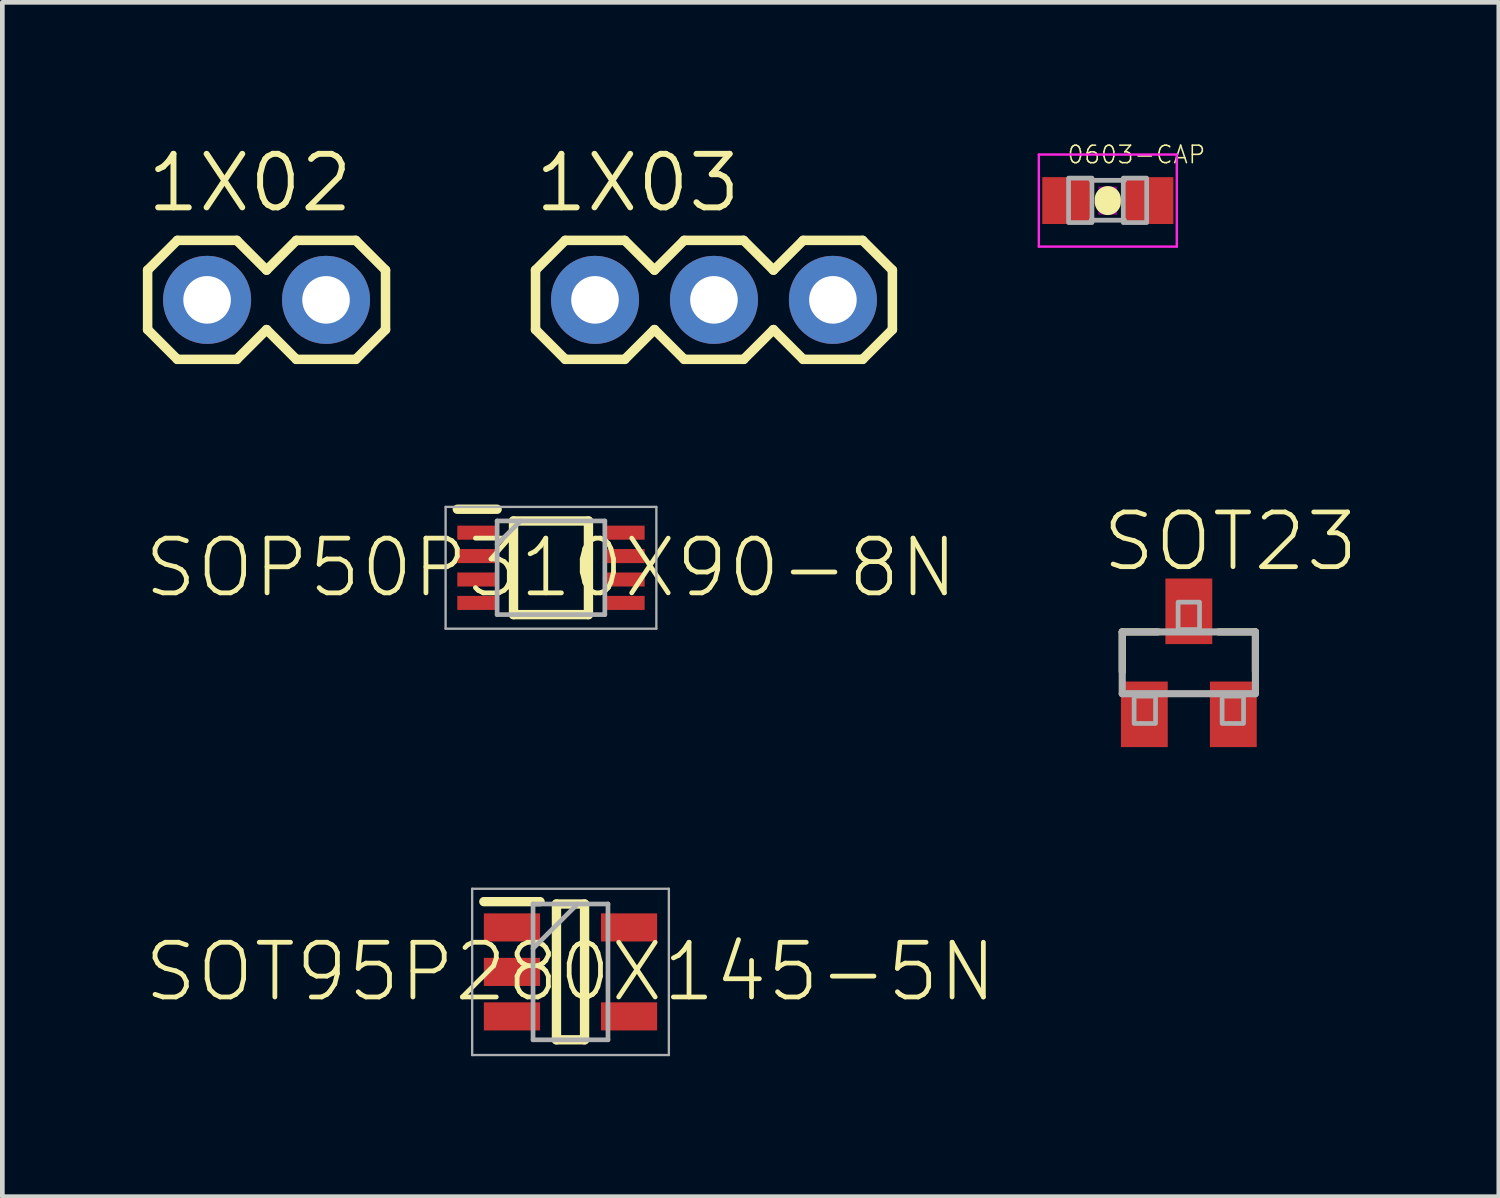
<source format=kicad_pcb>
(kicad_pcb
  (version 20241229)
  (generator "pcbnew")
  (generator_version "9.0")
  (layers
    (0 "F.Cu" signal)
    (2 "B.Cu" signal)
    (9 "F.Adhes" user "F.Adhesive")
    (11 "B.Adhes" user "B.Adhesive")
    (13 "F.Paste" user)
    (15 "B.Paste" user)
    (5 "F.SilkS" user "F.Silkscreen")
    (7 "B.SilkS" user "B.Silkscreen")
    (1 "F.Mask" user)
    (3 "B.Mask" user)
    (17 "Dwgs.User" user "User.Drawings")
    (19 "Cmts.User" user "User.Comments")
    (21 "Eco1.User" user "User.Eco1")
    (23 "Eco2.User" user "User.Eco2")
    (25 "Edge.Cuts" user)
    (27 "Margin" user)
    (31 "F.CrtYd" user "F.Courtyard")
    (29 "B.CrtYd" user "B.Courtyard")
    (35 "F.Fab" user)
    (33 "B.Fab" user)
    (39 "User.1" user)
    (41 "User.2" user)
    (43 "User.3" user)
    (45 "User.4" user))
  (footprint "1X02"
    (layer "F.Cu")
    (at 1.372 3.353)
    (property "Reference" "1X02" (at -1.346 -1.829 0) (layer "F.SilkS") (effects (font (size 1.143 1.143) (thickness 0.127)) (justify left bottom)))
    (fp_line (start -1.27 -0.635) (end -1.27 0.635) (stroke (width 0.203) (type solid)) (layer "F.SilkS"))
    (fp_line (start -1.27 0.635) (end -0.635 1.27) (stroke (width 0.203) (type solid)) (layer "F.SilkS"))
    (fp_line (start -0.635 -1.27) (end -1.27 -0.635) (stroke (width 0.203) (type solid)) (layer "F.SilkS"))
    (fp_line (start -0.635 -1.27) (end 0.635 -1.27) (stroke (width 0.203) (type solid)) (layer "F.SilkS"))
    (fp_line (start 0.635 -1.27) (end 1.27 -0.635) (stroke (width 0.203) (type solid)) (layer "F.SilkS"))
    (fp_line (start 0.635 1.27) (end -0.635 1.27) (stroke (width 0.203) (type solid)) (layer "F.SilkS"))
    (fp_line (start 1.27 -0.635) (end 1.905 -1.27) (stroke (width 0.203) (type solid)) (layer "F.SilkS"))
    (fp_line (start 1.27 0.635) (end 0.635 1.27) (stroke (width 0.203) (type solid)) (layer "F.SilkS"))
    (fp_line (start 1.905 -1.27) (end 3.175 -1.27) (stroke (width 0.203) (type solid)) (layer "F.SilkS"))
    (fp_line (start 1.905 1.27) (end 1.27 0.635) (stroke (width 0.203) (type solid)) (layer "F.SilkS"))
    (fp_line (start 3.175 -1.27) (end 3.81 -0.635) (stroke (width 0.203) (type solid)) (layer "F.SilkS"))
    (fp_line (start 3.175 1.27) (end 1.905 1.27) (stroke (width 0.203) (type solid)) (layer "F.SilkS"))
    (fp_line (start 3.81 -0.635) (end 3.81 0.635) (stroke (width 0.203) (type solid)) (layer "F.SilkS"))
    (fp_line (start 3.81 0.635) (end 3.175 1.27) (stroke (width 0.203) (type solid)) (layer "F.SilkS"))
    (fp_poly (pts (xy -0.254 0.254) (xy 0.254 0.254) (xy 0.254 -0.254) (xy -0.254 -0.254)) (stroke (width 0.1) (type solid)) (fill no) (layer "F.Fab"))
    (fp_poly (pts (xy 2.286 0.254) (xy 2.794 0.254) (xy 2.794 -0.254) (xy 2.286 -0.254)) (stroke (width 0.1) (type solid)) (fill no) (layer "F.Fab"))
    (pad "1" thru_hole circle (at 0 0 90) (size 1.88 1.88) (drill 1.016) (layers "*.Cu" "*.Mask"))
    (pad "2" thru_hole circle (at 2.54 0 90) (size 1.88 1.88) (drill 1.016) (layers "*.Cu" "*.Mask")))
  (footprint "1X03"
    (layer "F.Cu")
    (at 9.655 3.353)
    (property "Reference" "1X03" (at -1.346 -1.829 0) (layer "F.SilkS") (effects (font (size 1.143 1.143) (thickness 0.127)) (justify left bottom)))
    (fp_line (start -1.27 -0.635) (end -1.27 0.635) (stroke (width 0.203) (type solid)) (layer "F.SilkS"))
    (fp_line (start -1.27 0.635) (end -0.635 1.27) (stroke (width 0.203) (type solid)) (layer "F.SilkS"))
    (fp_line (start -0.635 -1.27) (end -1.27 -0.635) (stroke (width 0.203) (type solid)) (layer "F.SilkS"))
    (fp_line (start -0.635 -1.27) (end 0.635 -1.27) (stroke (width 0.203) (type solid)) (layer "F.SilkS"))
    (fp_line (start 0.635 -1.27) (end 1.27 -0.635) (stroke (width 0.203) (type solid)) (layer "F.SilkS"))
    (fp_line (start 0.635 1.27) (end -0.635 1.27) (stroke (width 0.203) (type solid)) (layer "F.SilkS"))
    (fp_line (start 1.27 -0.635) (end 1.905 -1.27) (stroke (width 0.203) (type solid)) (layer "F.SilkS"))
    (fp_line (start 1.27 0.635) (end 0.635 1.27) (stroke (width 0.203) (type solid)) (layer "F.SilkS"))
    (fp_line (start 1.905 -1.27) (end 3.175 -1.27) (stroke (width 0.203) (type solid)) (layer "F.SilkS"))
    (fp_line (start 1.905 1.27) (end 1.27 0.635) (stroke (width 0.203) (type solid)) (layer "F.SilkS"))
    (fp_line (start 3.175 -1.27) (end 3.81 -0.635) (stroke (width 0.203) (type solid)) (layer "F.SilkS"))
    (fp_line (start 3.175 1.27) (end 1.905 1.27) (stroke (width 0.203) (type solid)) (layer "F.SilkS"))
    (fp_line (start 3.81 -0.635) (end 4.445 -1.27) (stroke (width 0.203) (type solid)) (layer "F.SilkS"))
    (fp_line (start 3.81 0.635) (end 3.175 1.27) (stroke (width 0.203) (type solid)) (layer "F.SilkS"))
    (fp_line (start 4.445 -1.27) (end 5.715 -1.27) (stroke (width 0.203) (type solid)) (layer "F.SilkS"))
    (fp_line (start 4.445 1.27) (end 3.81 0.635) (stroke (width 0.203) (type solid)) (layer "F.SilkS"))
    (fp_line (start 5.715 -1.27) (end 6.35 -0.635) (stroke (width 0.203) (type solid)) (layer "F.SilkS"))
    (fp_line (start 5.715 1.27) (end 4.445 1.27) (stroke (width 0.203) (type solid)) (layer "F.SilkS"))
    (fp_line (start 6.35 -0.635) (end 6.35 0.635) (stroke (width 0.203) (type solid)) (layer "F.SilkS"))
    (fp_line (start 6.35 0.635) (end 5.715 1.27) (stroke (width 0.203) (type solid)) (layer "F.SilkS"))
    (fp_poly (pts (xy -0.254 0.254) (xy 0.254 0.254) (xy 0.254 -0.254) (xy -0.254 -0.254)) (stroke (width 0.1) (type solid)) (fill no) (layer "F.Fab"))
    (fp_poly (pts (xy 2.286 0.254) (xy 2.794 0.254) (xy 2.794 -0.254) (xy 2.286 -0.254)) (stroke (width 0.1) (type solid)) (fill no) (layer "F.Fab"))
    (fp_poly (pts (xy 4.826 0.254) (xy 5.334 0.254) (xy 5.334 -0.254) (xy 4.826 -0.254)) (stroke (width 0.1) (type solid)) (fill no) (layer "F.Fab"))
    (pad "1" thru_hole circle (at 0 0 90) (size 1.88 1.88) (drill 1.016) (layers "*.Cu" "*.Mask"))
    (pad "2" thru_hole circle (at 2.54 0 90) (size 1.88 1.88) (drill 1.016) (layers "*.Cu" "*.Mask"))
    (pad "3" thru_hole circle (at 5.08 0 90) (size 1.88 1.88) (drill 1.016) (layers "*.Cu" "*.Mask")))
  (footprint "SOP50P310X90-8N"
    (layer "F.Cu")
    (at 8.715 9.074)
    (property "Reference" "SOP50P310X90-8N" (at 0 0 0) (layer "F.SilkS") (effects (font (size 1.168 1.168) (thickness 0.102))))
    (fp_line (start -2 -1.25) (end -1.15 -1.25) (stroke (width 0.2) (type solid)) (layer "F.SilkS"))
    (fp_line (start -0.8 -1) (end 0.8 -1) (stroke (width 0.2) (type solid)) (layer "F.SilkS"))
    (fp_line (start -0.8 1) (end -0.8 -1) (stroke (width 0.2) (type solid)) (layer "F.SilkS"))
    (fp_line (start 0.8 -1) (end 0.8 1) (stroke (width 0.2) (type solid)) (layer "F.SilkS"))
    (fp_line (start 0.8 1) (end -0.8 1) (stroke (width 0.2) (type solid)) (layer "F.SilkS"))
    (fp_line (start -2.25 -1.3) (end 2.25 -1.3) (stroke (width 0.05) (type solid)) (layer "F.Fab"))
    (fp_line (start -2.25 1.3) (end -2.25 -1.3) (stroke (width 0.05) (type solid)) (layer "F.Fab"))
    (fp_line (start -1.15 -1) (end 1.15 -1) (stroke (width 0.1) (type solid)) (layer "F.Fab"))
    (fp_line (start -1.15 -0.5) (end -0.65 -1) (stroke (width 0.1) (type solid)) (layer "F.Fab"))
    (fp_line (start -1.15 1) (end -1.15 -1) (stroke (width 0.1) (type solid)) (layer "F.Fab"))
    (fp_line (start 1.15 -1) (end 1.15 1) (stroke (width 0.1) (type solid)) (layer "F.Fab"))
    (fp_line (start 1.15 1) (end -1.15 1) (stroke (width 0.1) (type solid)) (layer "F.Fab"))
    (fp_line (start 2.25 -1.3) (end 2.25 1.3) (stroke (width 0.05) (type solid)) (layer "F.Fab"))
    (fp_line (start 2.25 1.3) (end -2.25 1.3) (stroke (width 0.05) (type solid)) (layer "F.Fab"))
    (pad "1" smd rect (at -1.575 -0.75) (size 0.85 0.3) (layers "F.Cu" "F.Mask" "F.Paste"))
    (pad "2" smd rect (at -1.575 -0.25) (size 0.85 0.3) (layers "F.Cu" "F.Mask" "F.Paste"))
    (pad "3" smd rect (at -1.575 0.25) (size 0.85 0.3) (layers "F.Cu" "F.Mask" "F.Paste"))
    (pad "4" smd rect (at -1.575 0.75) (size 0.85 0.3) (layers "F.Cu" "F.Mask" "F.Paste"))
    (pad "5" smd rect (at 1.575 0.75) (size 0.85 0.3) (layers "F.Cu" "F.Mask" "F.Paste"))
    (pad "6" smd rect (at 1.575 0.25) (size 0.85 0.3) (layers "F.Cu" "F.Mask" "F.Paste"))
    (pad "7" smd rect (at 1.575 -0.25) (size 0.85 0.3) (layers "F.Cu" "F.Mask" "F.Paste"))
    (pad "8" smd rect (at 1.575 -0.75) (size 0.85 0.3) (layers "F.Cu" "F.Mask" "F.Paste")))
  (footprint "0603-CAP"
    (layer "F.Cu")
    (at 20.605 1.233)
    (property "Reference" "0603-CAP" (at -0.889 -0.762 0) (layer "F.SilkS") (effects (font (size 0.374 0.374) (thickness 0.033)) (justify left bottom)))
    (fp_line (start 0 -0.03) (end 0 0.03) (stroke (width 0.559) (type solid)) (layer "F.SilkS"))
    (fp_poly (pts (xy -0.2 0.3) (xy 0.2 0.3) (xy 0.2 -0.3) (xy -0.2 -0.3)) (stroke (width 0) (type solid)) (fill yes) (layer "F.Adhes"))
    (fp_line (start -1.473 -0.983) (end 1.473 -0.983) (stroke (width 0.051) (type solid)) (layer "F.CrtYd"))
    (fp_line (start -1.473 0.983) (end -1.473 -0.983) (stroke (width 0.051) (type solid)) (layer "F.CrtYd"))
    (fp_line (start 1.473 -0.983) (end 1.473 0.983) (stroke (width 0.051) (type solid)) (layer "F.CrtYd"))
    (fp_line (start 1.473 0.983) (end -1.473 0.983) (stroke (width 0.051) (type solid)) (layer "F.CrtYd"))
    (fp_line (start -0.356 -0.432) (end 0.356 -0.432) (stroke (width 0.102) (type solid)) (layer "F.Fab"))
    (fp_line (start -0.356 0.419) (end 0.356 0.419) (stroke (width 0.102) (type solid)) (layer "F.Fab"))
    (fp_poly (pts (xy -0.838 0.47) (xy -0.338 0.47) (xy -0.338 -0.48) (xy -0.838 -0.48)) (stroke (width 0.1) (type solid)) (fill no) (layer "F.Fab"))
    (fp_poly (pts (xy 0.33 0.47) (xy 0.83 0.47) (xy 0.83 -0.48) (xy 0.33 -0.48)) (stroke (width 0.1) (type solid)) (fill no) (layer "F.Fab"))
    (pad "1" smd rect (at -0.85 0) (size 1.1 1) (layers "F.Cu" "F.Mask" "F.Paste"))
    (pad "2" smd rect (at 0.85 0) (size 1.1 1) (layers "F.Cu" "F.Mask" "F.Paste")))
  (footprint "SOT95P280X145-5N"
    (layer "F.Cu")
    (at 9.132 17.703)
    (property "Reference" "SOT95P280X145-5N" (at 0 0 0) (layer "F.SilkS") (effects (font (size 1.168 1.168) (thickness 0.102))))
    (fp_line (start -1.85 -1.5) (end -0.65 -1.5) (stroke (width 0.2) (type solid)) (layer "F.SilkS"))
    (fp_line (start -0.3 -1.45) (end 0.3 -1.45) (stroke (width 0.2) (type solid)) (layer "F.SilkS"))
    (fp_line (start -0.3 1.45) (end -0.3 -1.45) (stroke (width 0.2) (type solid)) (layer "F.SilkS"))
    (fp_line (start 0.3 -1.45) (end 0.3 1.45) (stroke (width 0.2) (type solid)) (layer "F.SilkS"))
    (fp_line (start 0.3 1.45) (end -0.3 1.45) (stroke (width 0.2) (type solid)) (layer "F.SilkS"))
    (fp_line (start -2.1 -1.775) (end 2.1 -1.775) (stroke (width 0.05) (type solid)) (layer "F.Fab"))
    (fp_line (start -2.1 1.775) (end -2.1 -1.775) (stroke (width 0.05) (type solid)) (layer "F.Fab"))
    (fp_line (start -0.8 -1.45) (end 0.8 -1.45) (stroke (width 0.1) (type solid)) (layer "F.Fab"))
    (fp_line (start -0.8 -0.5) (end 0.15 -1.45) (stroke (width 0.1) (type solid)) (layer "F.Fab"))
    (fp_line (start -0.8 1.45) (end -0.8 -1.45) (stroke (width 0.1) (type solid)) (layer "F.Fab"))
    (fp_line (start 0.8 -1.45) (end 0.8 1.45) (stroke (width 0.1) (type solid)) (layer "F.Fab"))
    (fp_line (start 0.8 1.45) (end -0.8 1.45) (stroke (width 0.1) (type solid)) (layer "F.Fab"))
    (fp_line (start 2.1 -1.775) (end 2.1 1.775) (stroke (width 0.05) (type solid)) (layer "F.Fab"))
    (fp_line (start 2.1 1.775) (end -2.1 1.775) (stroke (width 0.05) (type solid)) (layer "F.Fab"))
    (pad "1" smd rect (at -1.25 -0.95) (size 1.2 0.6) (layers "F.Cu" "F.Mask" "F.Paste"))
    (pad "2" smd rect (at -1.25 0) (size 1.2 0.6) (layers "F.Cu" "F.Mask" "F.Paste"))
    (pad "3" smd rect (at -1.25 0.95) (size 1.2 0.6) (layers "F.Cu" "F.Mask" "F.Paste"))
    (pad "4" smd rect (at 1.25 0.95) (size 1.2 0.6) (layers "F.Cu" "F.Mask" "F.Paste"))
    (pad "5" smd rect (at 1.25 -0.95) (size 1.2 0.6) (layers "F.Cu" "F.Mask" "F.Paste")))
  (footprint "SOT23"
    (layer "F.Cu")
    (at 22.335 11.103)
    (property "Reference" "SOT23" (at -1.905 -1.905 0) (layer "F.SilkS") (effects (font (size 1.168 1.168) (thickness 0.102)) (justify left bottom)))
    (fp_line (start -1.422 -0.66) (end -0.658 -0.66) (stroke (width 0.152) (type solid)) (layer "F.SilkS"))
    (fp_line (start -1.422 0.185) (end -1.422 -0.66) (stroke (width 0.152) (type solid)) (layer "F.SilkS"))
    (fp_line (start 0.633 -0.66) (end 1.422 -0.66) (stroke (width 0.152) (type solid)) (layer "F.SilkS"))
    (fp_line (start 1.422 -0.66) (end 1.422 0.185) (stroke (width 0.152) (type solid)) (layer "F.SilkS"))
    (fp_line (start -1.422 -0.66) (end 1.422 -0.66) (stroke (width 0.152) (type solid)) (layer "F.Fab"))
    (fp_line (start -1.422 0.66) (end -1.422 -0.66) (stroke (width 0.152) (type solid)) (layer "F.Fab"))
    (fp_line (start 1.422 -0.66) (end 1.422 0.66) (stroke (width 0.152) (type solid)) (layer "F.Fab"))
    (fp_line (start 1.422 0.66) (end -1.422 0.66) (stroke (width 0.152) (type solid)) (layer "F.Fab"))
    (fp_poly (pts (xy -1.168 1.295) (xy -0.711 1.295) (xy -0.711 0.711) (xy -1.168 0.711)) (stroke (width 0.1) (type solid)) (fill no) (layer "F.Fab"))
    (fp_poly (pts (xy -0.229 -0.711) (xy 0.229 -0.711) (xy 0.229 -1.295) (xy -0.229 -1.295)) (stroke (width 0.1) (type solid)) (fill no) (layer "F.Fab"))
    (fp_poly (pts (xy 0.711 1.295) (xy 1.168 1.295) (xy 1.168 0.711) (xy 0.711 0.711)) (stroke (width 0.1) (type solid)) (fill no) (layer "F.Fab"))
    (pad "1" smd rect (at -0.95 1.1) (size 1 1.4) (layers "F.Cu" "F.Mask" "F.Paste"))
    (pad "2" smd rect (at 0.95 1.1) (size 1 1.4) (layers "F.Cu" "F.Mask" "F.Paste"))
    (pad "3" smd rect (at 0 -1.1) (size 1 1.4) (layers "F.Cu" "F.Mask" "F.Paste")))
  (gr_rect
    (start -3 -3)
    (end 28.954 22.503)
    (stroke (width 0.1) (type default))
    (fill no)
    (layer "Edge.Cuts")))
</source>
